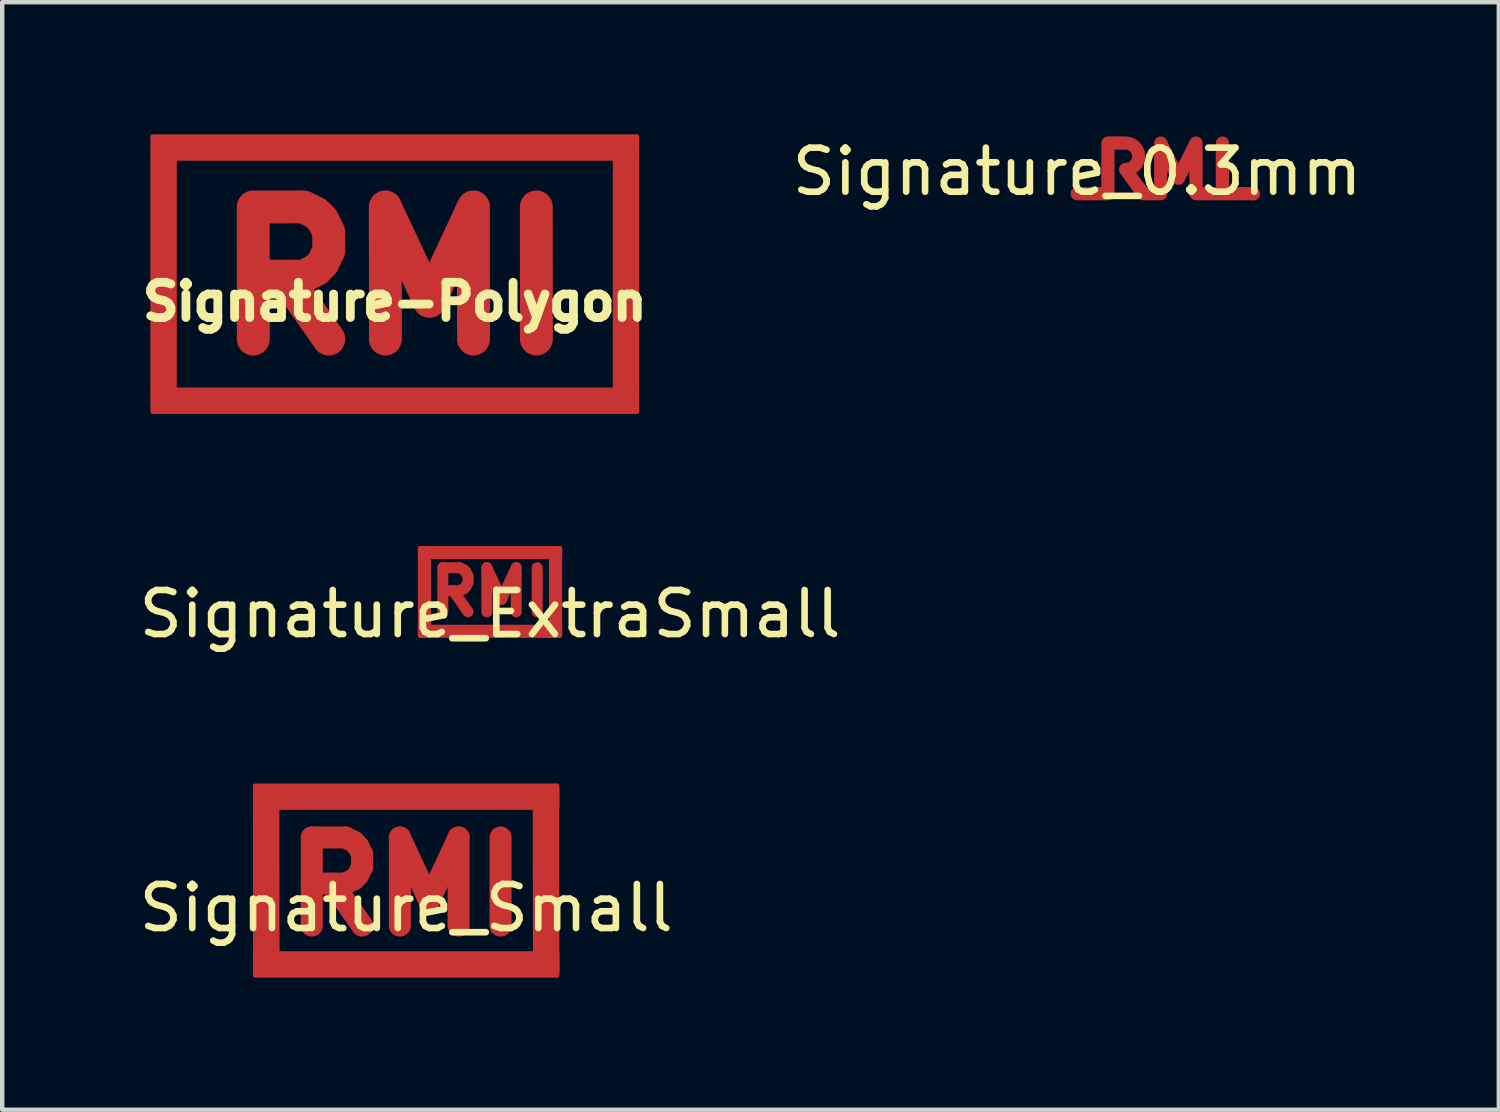
<source format=kicad_pcb>
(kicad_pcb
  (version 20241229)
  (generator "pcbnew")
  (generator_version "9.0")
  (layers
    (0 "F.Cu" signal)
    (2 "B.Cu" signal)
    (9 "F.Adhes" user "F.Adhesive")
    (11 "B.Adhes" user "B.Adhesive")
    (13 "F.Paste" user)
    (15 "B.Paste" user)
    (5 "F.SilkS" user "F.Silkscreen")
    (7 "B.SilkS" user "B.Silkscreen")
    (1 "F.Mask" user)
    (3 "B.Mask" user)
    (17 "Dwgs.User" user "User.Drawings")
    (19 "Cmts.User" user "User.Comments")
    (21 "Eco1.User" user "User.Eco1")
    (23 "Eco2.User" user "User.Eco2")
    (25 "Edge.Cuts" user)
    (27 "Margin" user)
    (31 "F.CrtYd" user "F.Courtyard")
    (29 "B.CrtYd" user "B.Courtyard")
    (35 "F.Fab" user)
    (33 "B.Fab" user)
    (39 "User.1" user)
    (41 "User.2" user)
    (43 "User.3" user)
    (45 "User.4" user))
  (footprint "Signature_0.3mm"
    (layer "F.Cu")
    (at 21.408 1.348)
    (property "Reference" "Signature_0.3mm" (at 0 -0.5 0) (unlocked yes) (layer "F.SilkS") (effects (font (size 1 1) (thickness 0.15))))
    (attr smd)
    (pad "1" smd custom (at 0 0) (size 0.3 0.3) (layers "F.Cu") (options (anchor circle)) (primitives (gr_line (start 0 0) (end 0.7 0) (width 0.3)) (gr_line (start 0.7 0) (end 0.7 -1.15) (width 0.3)) (gr_line (start 0.7 -1.15) (end 1.1 -1.15) (width 0.3)) (gr_arc (start 1.1 -1.15) (mid 1.4 -0.85) (end 1.1 -0.55) (width 0.3)) (gr_line (start 1.1 -0.55) (end 1.5 0) (width 0.3)) (gr_line (start 1.5 0) (end 1.9 0) (width 0.3)) (gr_line (start 1.9 0) (end 1.9 -1.15) (width 0.3)) (gr_line (start 1.9 -1.15) (end 2.3 -0.35) (width 0.3)) (gr_line (start 2.3 -0.35) (end 2.7 -1.15) (width 0.3)) (gr_line (start 2.7 -1.15) (end 2.7 0) (width 0.3)) (gr_line (start 2.7 0) (end 3.3 0) (width 0.3)) (gr_line (start 3.3 0) (end 3.3 -1.15) (width 0.3)) (gr_line (start 3.3 0) (end 4 0) (width 0.3))))
    (pad "1" smd circle (at 4 0) (size 0.3 0.3) (layers "F.Cu")))
  (footprint "Signature-Polygon"
    (layer "F.Cu")
    (at 5.915 3.3)
    (property "Reference" "Signature-Polygon" (at 0 0.5 180) (layer "F.SilkS") (effects (font (size 0.8 0.8) (thickness 0.2))))
    (attr through_hole exclude_from_bom)
    (fp_poly (pts (xy -5 2.5) (xy -5.5 2.5) (xy -5.5 -2.75) (xy -5 -2.75)) (stroke (width 0.1) (type solid)) (fill yes) (layer "F.Cu"))
    (fp_poly (pts (xy 5.5 -2.75) (xy -5.5 -2.75) (xy -5.5 -3.25) (xy 5.5 -3.25)) (stroke (width 0.1) (type solid)) (fill yes) (layer "F.Cu"))
    (fp_poly (pts (xy 5.5 2.5) (xy 5 2.5) (xy 5 -2.75) (xy 5.5 -2.75)) (stroke (width 0.1) (type solid)) (fill yes) (layer "F.Cu"))
    (fp_poly (pts (xy 5.5 3) (xy -5.5 3) (xy -5.5 2.5) (xy 5.5 2.5)) (stroke (width 0.1) (type solid)) (fill yes) (layer "F.Cu"))
    (fp_poly (pts (xy 3.358 -1.998) (xy 3.443 -1.949) (xy 3.512 -1.879) (xy 3.561 -1.795) (xy 3.586 -1.7) (xy 3.589 1.349) (xy 3.586 1.398) (xy 3.561 1.492) (xy 3.512 1.577) (xy 3.443 1.646) (xy 3.358 1.695) (xy 3.263 1.721) (xy 3.165 1.721) (xy 3.071 1.695) (xy 2.986 1.646) (xy 2.917 1.577) (xy 2.868 1.492) (xy 2.842 1.398) (xy 2.839 -1.651) (xy 2.842 -1.7) (xy 2.868 -1.795) (xy 2.917 -1.879) (xy 2.986 -1.949) (xy 3.071 -1.998) (xy 3.165 -2.023) (xy 3.263 -2.023)) (stroke (width 0) (type solid)) (fill yes) (layer "F.Cu"))
    (fp_poly (pts (xy -2.051 -2.025) (xy -2.045 -2.025) (xy -2.039 -2.024) (xy -2.022 -2.023) (xy -1.986 -2.013) (xy -1.949 -2.006) (xy -1.938 -2) (xy -1.928 -1.998) (xy -1.902 -1.983) (xy -1.618 -1.844) (xy -1.576 -1.819) (xy -1.567 -1.811) (xy -1.557 -1.806) (xy -1.523 -1.772) (xy -1.502 -1.754) (xy -1.499 -1.749) (xy -1.378 -1.631) (xy -1.345 -1.594) (xy -1.34 -1.584) (xy -1.332 -1.575) (xy -1.312 -1.536) (xy -1.296 -1.509) (xy -1.294 -1.502) (xy -1.165 -1.247) (xy -1.157 -1.229) (xy -1.154 -1.223) (xy -1.152 -1.218) (xy -1.146 -1.202) (xy -1.138 -1.165) (xy -1.128 -1.129) (xy -1.128 -1.117) (xy -1.126 -1.106) (xy -1.128 -1.075) (xy -1.125 -0.651) (xy -1.126 -0.631) (xy -1.126 -0.625) (xy -1.127 -0.619) (xy -1.128 -0.602) (xy -1.138 -0.566) (xy -1.146 -0.529) (xy -1.151 -0.518) (xy -1.154 -0.508) (xy -1.169 -0.482) (xy -1.307 -0.198) (xy -1.332 -0.155) (xy -1.34 -0.147) (xy -1.345 -0.137) (xy -1.379 -0.103) (xy -1.397 -0.082) (xy -1.402 -0.079) (xy -1.521 0.043) (xy -1.557 0.075) (xy -1.567 0.081) (xy -1.576 0.088) (xy -1.615 0.108) (xy -1.642 0.124) (xy -1.65 0.126) (xy -1.835 0.22) (xy -1.193 1.134) (xy -1.167 1.176) (xy -1.134 1.268) (xy -1.125 1.365) (xy -1.142 1.462) (xy -1.184 1.55) (xy -1.247 1.625) (xy -1.327 1.682) (xy -1.419 1.715) (xy -1.516 1.723) (xy -1.613 1.706) (xy -1.702 1.665) (xy -1.777 1.602) (xy -2.696 0.294) (xy -2.84 0.294) (xy -2.839 1.349) (xy -2.842 1.398) (xy -2.868 1.492) (xy -2.917 1.577) (xy -2.986 1.646) (xy -3.071 1.695) (xy -3.165 1.721) (xy -3.263 1.721) (xy -3.358 1.695) (xy -3.443 1.646) (xy -3.512 1.577) (xy -3.561 1.492) (xy -3.586 1.398) (xy -3.589 -1.277) (xy -2.842 -1.277) (xy -2.841 -0.453) (xy -2.492 -0.454) (xy -2.484 -0.454) (xy -2.479 -0.454) (xy -2.156 -0.454) (xy -2.004 -0.532) (xy -1.947 -0.59) (xy -1.873 -0.743) (xy -1.874 -0.994) (xy -1.952 -1.147) (xy -2.011 -1.204) (xy -2.164 -1.279) (xy -2.842 -1.277) (xy -3.589 -1.277) (xy -3.589 -1.651) (xy -3.586 -1.7) (xy -3.561 -1.795) (xy -3.512 -1.879) (xy -3.443 -1.949) (xy -3.358 -1.998) (xy -3.263 -2.023) (xy -2.071 -2.026)) (stroke (width 0) (type solid)) (fill yes) (layer "F.Cu"))
    (fp_poly (pts (xy 1.818 -2.023) (xy 1.835 -2.023) (xy 1.866 -2.014) (xy 1.899 -2.009) (xy 1.913 -2.002) (xy 1.929 -1.998) (xy 1.958 -1.981) (xy 1.987 -1.967) (xy 2 -1.957) (xy 2.014 -1.949) (xy 2.037 -1.925) (xy 2.062 -1.904) (xy 2.072 -1.891) (xy 2.083 -1.879) (xy 2.1 -1.851) (xy 2.118 -1.824) (xy 2.124 -1.809) (xy 2.132 -1.795) (xy 2.141 -1.763) (xy 2.152 -1.732) (xy 2.153 -1.716) (xy 2.158 -1.7) (xy 2.158 -1.667) (xy 2.16 -1.635) (xy 2.158 -1.619) (xy 2.161 1.349) (xy 2.158 1.398) (xy 2.132 1.492) (xy 2.083 1.577) (xy 2.014 1.646) (xy 1.929 1.695) (xy 1.835 1.721) (xy 1.737 1.721) (xy 1.642 1.695) (xy 1.557 1.646) (xy 1.488 1.577) (xy 1.439 1.492) (xy 1.414 1.398) (xy 1.412 0.033) (xy 1.126 0.65) (xy 1.12 0.66) (xy 1.118 0.665) (xy 1.115 0.67) (xy 1.102 0.693) (xy 1.081 0.718) (xy 1.062 0.745) (xy 1.05 0.756) (xy 1.039 0.768) (xy 1.012 0.787) (xy 0.987 0.808) (xy 0.972 0.815) (xy 0.959 0.824) (xy 0.928 0.836) (xy 0.899 0.849) (xy 0.882 0.852) (xy 0.867 0.858) (xy 0.834 0.861) (xy 0.802 0.866) (xy 0.786 0.865) (xy 0.769 0.866) (xy 0.737 0.861) (xy 0.705 0.858) (xy 0.689 0.852) (xy 0.673 0.849) (xy 0.643 0.836) (xy 0.613 0.824) (xy 0.599 0.815) (xy 0.584 0.808) (xy 0.559 0.787) (xy 0.532 0.768) (xy 0.522 0.756) (xy 0.509 0.745) (xy 0.49 0.718) (xy 0.47 0.693) (xy 0.462 0.678) (xy 0.453 0.665) (xy 0.442 0.635) (xy 0.159 0.031) (xy 0.161 1.349) (xy 0.158 1.398) (xy 0.132 1.492) (xy 0.083 1.577) (xy 0.014 1.646) (xy -0.071 1.695) (xy -0.165 1.721) (xy -0.263 1.721) (xy -0.358 1.695) (xy -0.443 1.646) (xy -0.512 1.577) (xy -0.561 1.492) (xy -0.586 1.398) (xy -0.589 -1.651) (xy -0.586 -1.7) (xy -0.582 -1.716) (xy -0.58 -1.732) (xy -0.569 -1.763) (xy -0.561 -1.795) (xy -0.553 -1.809) (xy -0.547 -1.824) (xy -0.528 -1.851) (xy -0.512 -1.879) (xy -0.5 -1.891) (xy -0.491 -1.904) (xy -0.466 -1.925) (xy -0.443 -1.949) (xy -0.428 -1.957) (xy -0.416 -1.967) (xy -0.386 -1.981) (xy -0.358 -1.998) (xy -0.342 -2.002) (xy -0.327 -2.009) (xy -0.295 -2.014) (xy -0.263 -2.023) (xy -0.247 -2.023) (xy -0.231 -2.026) (xy -0.198 -2.023) (xy -0.165 -2.023) (xy -0.15 -2.019) (xy -0.133 -2.017) (xy -0.102 -2.006) (xy -0.071 -1.998) (xy -0.057 -1.989) (xy -0.041 -1.984) (xy -0.014 -1.965) (xy 0.014 -1.949) (xy 0.026 -1.937) (xy 0.039 -1.928) (xy 0.06 -1.903) (xy 0.083 -1.879) (xy 0.091 -1.865) (xy 0.102 -1.853) (xy 0.116 -1.823) (xy 0.132 -1.795) (xy 0.136 -1.779) (xy 0.786 -0.391) (xy 1.446 -1.81) (xy 1.47 -1.853) (xy 1.48 -1.865) (xy 1.488 -1.879) (xy 1.511 -1.903) (xy 1.532 -1.928) (xy 1.546 -1.937) (xy 1.557 -1.949) (xy 1.586 -1.965) (xy 1.613 -1.984) (xy 1.628 -1.989) (xy 1.642 -1.998) (xy 1.674 -2.006) (xy 1.705 -2.017) (xy 1.721 -2.019) (xy 1.737 -2.023) (xy 1.77 -2.023) (xy 1.802 -2.026)) (stroke (width 0) (type solid)) (fill yes) (layer "F.Cu"))
    (fp_poly (pts (xy 5.5 3) (xy -5.5 3) (xy -5.5 -3.25) (xy 5.5 -3.25)) (stroke (width 0.1) (type solid)) (fill yes) (layer "F.Mask")))
  (footprint "Signature_Small"
    (layer "F.Cu")
    (at 6.173 17.068)
    (property "Reference" "Signature_Small" (at 0 0.5 0) (layer "F.SilkS") (effects (font (size 1 1) (thickness 0.15))))
    (attr through_hole)
    (fp_poly (pts (xy -2.925 1.968) (xy -3.425 1.968) (xy -3.429 -2.223) (xy -2.929 -2.223)) (stroke (width 0.1) (type solid)) (fill yes) (layer "F.Cu"))
    (fp_poly (pts (xy 3.429 -1.778) (xy -3.429 -1.778) (xy -3.429 -2.278) (xy 3.429 -2.278)) (stroke (width 0.1) (type solid)) (fill yes) (layer "F.Cu"))
    (fp_poly (pts (xy 3.429 1.968) (xy 2.929 1.968) (xy 2.925 -2.223) (xy 3.425 -2.223)) (stroke (width 0.1) (type solid)) (fill yes) (layer "F.Cu"))
    (fp_poly (pts (xy 3.429 2.032) (xy -3.429 2.032) (xy -3.429 1.532) (xy 3.429 1.532)) (stroke (width 0.1) (type solid)) (fill yes) (layer "F.Cu"))
    (fp_poly (pts (xy 3.429 1.968) (xy -3.429 1.968) (xy -3.429 -2.223) (xy 3.429 -2.223)) (stroke (width 0.1) (type solid)) (fill yes) (layer "F.Mask"))
    (fp_text user "RMI" (at 0 0 0) (layer "F.Cu") (effects (font (size 2 2) (thickness 0.5)))))
  (footprint "Signature_ExtraSmall"
    (layer "F.Cu")
    (at 8.077 10.392)
    (property "Reference" "Signature_ExtraSmall" (at 0 0.5 0) (layer "F.SilkS") (effects (font (size 1 1) (thickness 0.15))))
    (attr through_hole)
    (fp_poly (pts (xy -1.389 0.992) (xy -1.588 0.992) (xy -1.588 -0.992) (xy -1.389 -0.992)) (stroke (width 0.1) (type solid)) (fill yes) (layer "F.Cu"))
    (fp_poly (pts (xy 1.588 -0.794) (xy -1.588 -0.794) (xy -1.588 -0.992) (xy 1.588 -0.992)) (stroke (width 0.1) (type solid)) (fill yes) (layer "F.Cu"))
    (fp_poly (pts (xy 1.588 0.992) (xy -1.588 0.992) (xy -1.588 0.794) (xy 1.588 0.794)) (stroke (width 0.1) (type solid)) (fill yes) (layer "F.Cu"))
    (fp_poly (pts (xy 1.588 0.992) (xy 1.389 0.992) (xy 1.389 -0.992) (xy 1.588 -0.992)) (stroke (width 0.1) (type solid)) (fill yes) (layer "F.Cu"))
    (fp_poly (pts (xy 1.588 0.992) (xy -1.588 0.992) (xy -1.588 -0.992) (xy 1.588 -0.992)) (stroke (width 0.1) (type solid)) (fill yes) (layer "F.Mask"))
    (fp_text user "RMI" (at 0 0 0) (layer "F.Cu") (effects (font (size 1 1) (thickness 0.25)))))
  (gr_rect
    (start -3 -3)
    (end 30.985 22.15)
    (stroke (width 0.1) (type default))
    (fill no)
    (layer "Edge.Cuts")))
</source>
